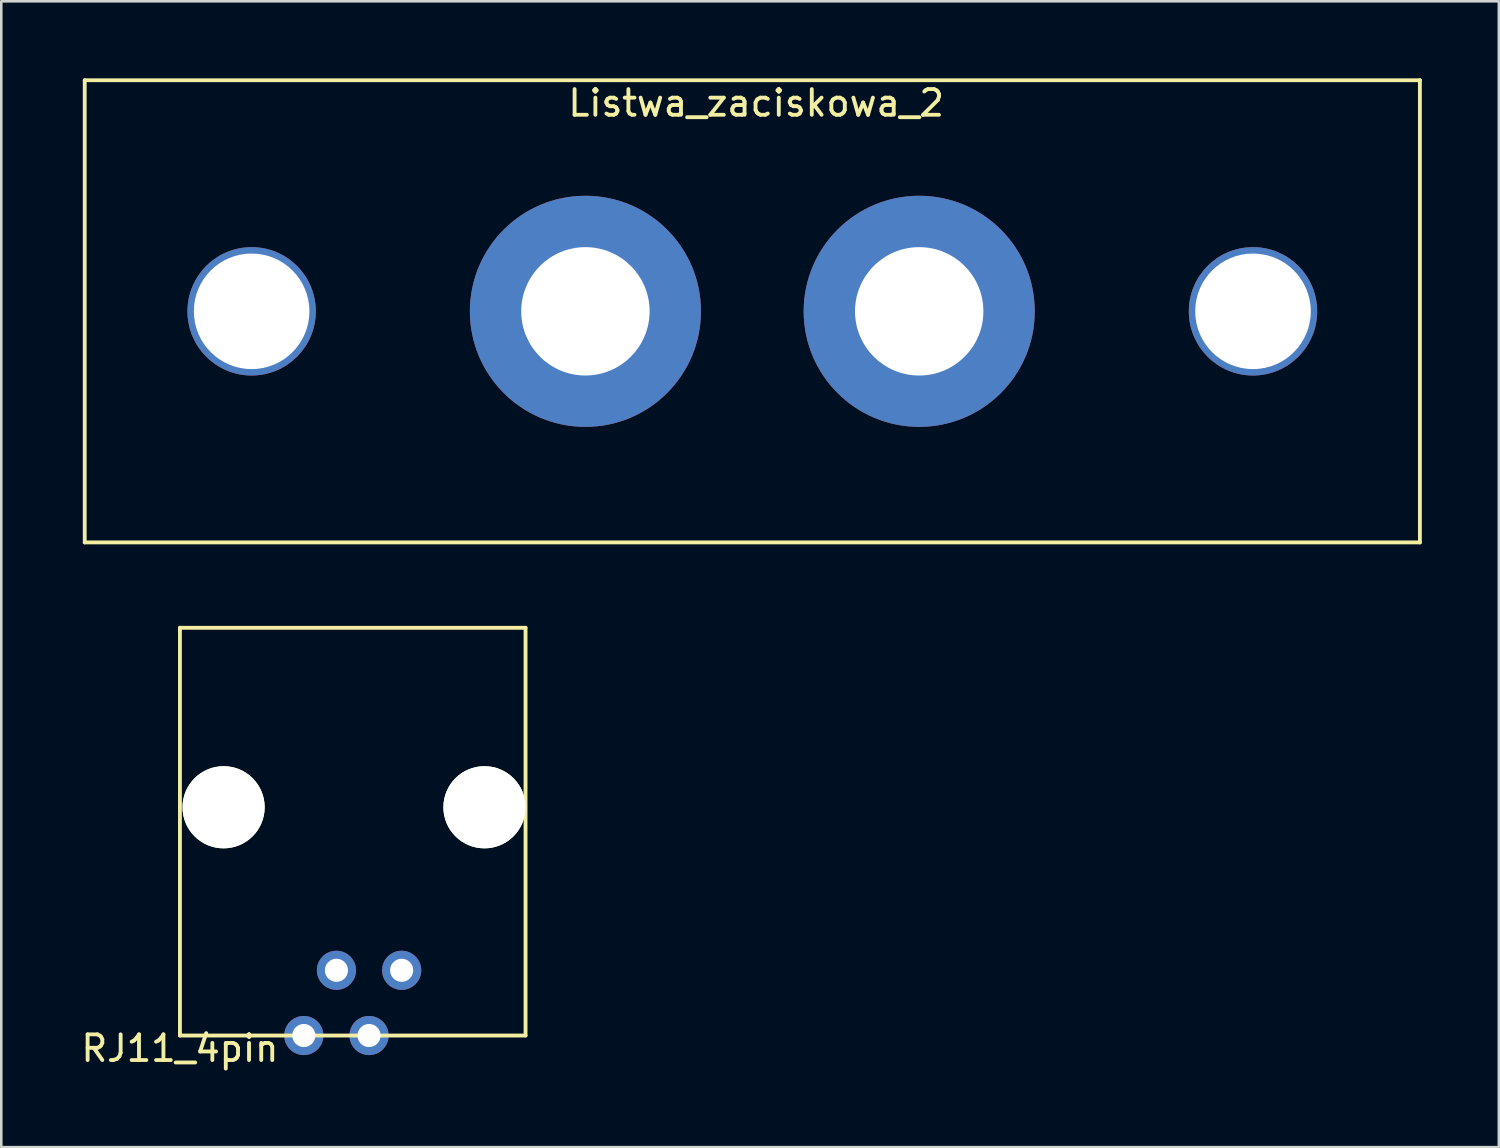
<source format=kicad_pcb>
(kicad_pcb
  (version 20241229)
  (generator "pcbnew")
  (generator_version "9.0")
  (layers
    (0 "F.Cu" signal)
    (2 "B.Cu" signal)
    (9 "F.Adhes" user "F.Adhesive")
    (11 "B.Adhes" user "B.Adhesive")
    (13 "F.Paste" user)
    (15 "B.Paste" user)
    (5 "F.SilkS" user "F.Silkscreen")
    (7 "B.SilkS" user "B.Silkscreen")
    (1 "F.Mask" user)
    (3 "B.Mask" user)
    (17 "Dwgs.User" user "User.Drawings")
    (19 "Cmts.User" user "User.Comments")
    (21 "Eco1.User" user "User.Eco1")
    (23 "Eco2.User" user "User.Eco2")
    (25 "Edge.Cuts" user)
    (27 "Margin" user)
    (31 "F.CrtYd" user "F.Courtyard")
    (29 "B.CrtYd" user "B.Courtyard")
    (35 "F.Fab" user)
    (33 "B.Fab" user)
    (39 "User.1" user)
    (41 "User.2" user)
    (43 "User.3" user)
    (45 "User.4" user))
  (footprint "Listwa_zaciskowa_2"
    (layer "F.Cu")
    (at 0.25 18.075)
    (property "Reference" "Listwa_zaciskowa_2" (at 26.15 -17.11 0) (layer "F.SilkS") (effects (font (size 1 1) (thickness 0.15))))
    (attr through_hole)
    (fp_line (start 0 -18) (end 52 -18) (stroke (width 0.15) (type solid)) (layer "F.SilkS"))
    (fp_line (start 0 0) (end 0 -18) (stroke (width 0.15) (type solid)) (layer "F.SilkS"))
    (fp_line (start 0 0) (end 52 0) (stroke (width 0.15) (type solid)) (layer "F.SilkS"))
    (fp_line (start 52 -18) (end 52 0) (stroke (width 0.15) (type solid)) (layer "F.SilkS"))
    (pad "" np_thru_hole circle (at 6.5 -9) (size 5 5) (drill 4.5) (layers "*.Cu" "*.Mask"))
    (pad "" np_thru_hole circle (at 45.5 -9) (size 5 5) (drill 4.5) (layers "*.Cu" "*.Mask"))
    (pad "1" thru_hole circle (at 19.5 -9) (size 9 9) (drill 5) (layers "*.Cu" "*.Mask"))
    (pad "2" thru_hole circle (at 32.5 -9) (size 9 9) (drill 5) (layers "*.Cu" "*.Mask")))
  (footprint "RJ11_4pin"
    (layer "F.Cu")
    (at 3.958 37.28)
    (property "Reference" "RJ11_4pin" (at 0 0.5 0) (layer "F.SilkS") (effects (font (size 1 1) (thickness 0.15))))
    (attr through_hole)
    (fp_line (start 0 -15.88) (end 13.46 -15.88) (stroke (width 0.15) (type solid)) (layer "F.SilkS"))
    (fp_line (start 0 0) (end 0 -15.88) (stroke (width 0.15) (type solid)) (layer "F.SilkS"))
    (fp_line (start 0 0) (end 13.46 0) (stroke (width 0.15) (type solid)) (layer "F.SilkS"))
    (fp_line (start 13.46 0) (end 13.46 -15.88) (stroke (width 0.15) (type solid)) (layer "F.SilkS"))
    (pad "" np_thru_hole circle (at 1.7 -8.89) (size 3.2 3.2) (drill 3.2) (layers "*.Cu" "*.Mask" "F.SilkS"))
    (pad "" np_thru_hole circle (at 11.86 -8.89) (size 3.2 3.2) (drill 3.2) (layers "*.Cu" "*.Mask" "F.SilkS"))
    (pad "1" thru_hole circle (at 7.365 0) (size 1.524 1.524) (drill 0.9) (layers "*.Cu" "*.Mask"))
    (pad "2" thru_hole circle (at 4.825 0) (size 1.524 1.524) (drill 0.9) (layers "*.Cu" "*.Mask"))
    (pad "3" thru_hole circle (at 8.635 -2.54) (size 1.524 1.524) (drill 0.9) (layers "*.Cu" "*.Mask"))
    (pad "4" thru_hole circle (at 6.095 -2.54) (size 1.524 1.524) (drill 0.9) (layers "*.Cu" "*.Mask")))
  (gr_rect
    (start -3 -3)
    (end 55.325 41.628)
    (stroke (width 0.1) (type default))
    (fill no)
    (layer "Edge.Cuts")))
</source>
